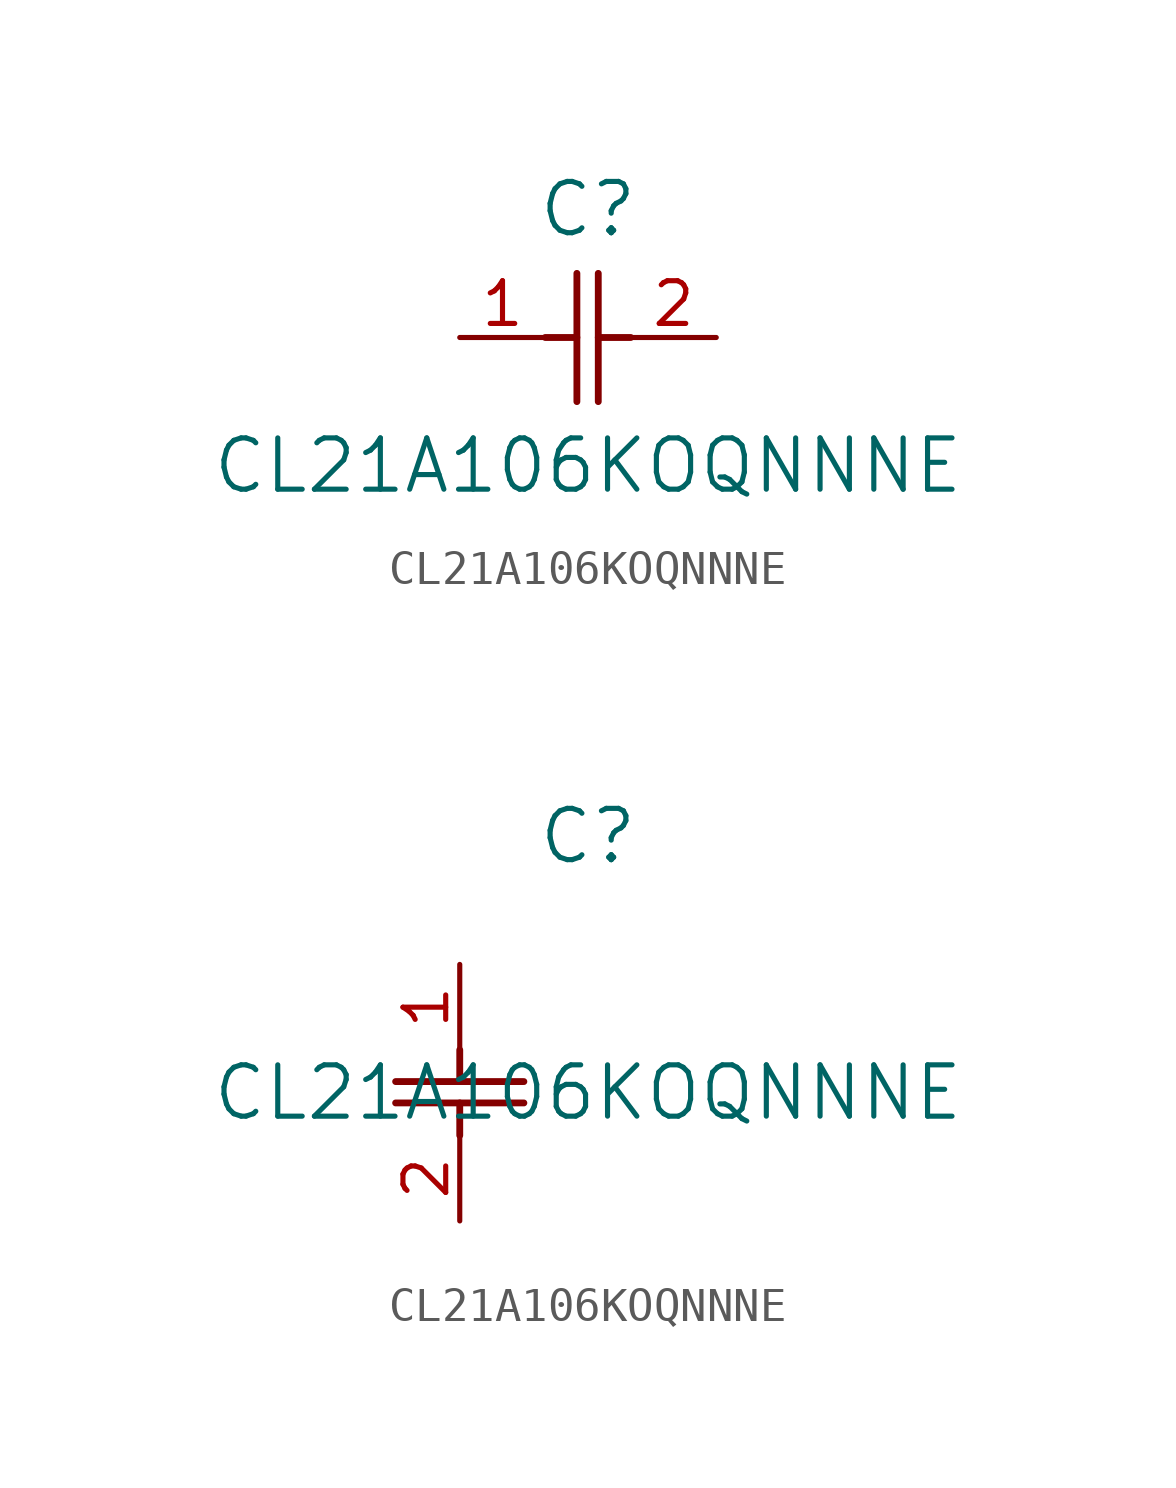
<source format=kicad_sym>
(kicad_symbol_lib
  (version 20211014)
  (generator kicad_symbol_editor)
  (symbol "CL21A106KOQNNNE"
    (pin_names
      (offset 0.254))
    (property "Reference" "C"
      (at 3.81 3.81 0)
      (effects (font (size 1.524 1.524))))
    (property "Value" "CL21A106KOQNNNE"
      (at 3.81 -3.81 0)
      (effects (font (size 1.524 1.524))))
    (symbol "CL21A106KOQNNNE_1_1"
      (polyline (pts (xy 3.48 -1.905) (xy 3.48 1.905)) (stroke (width 0.203) (type default) (color 0 0 0 0)) (fill (type none)))
      (polyline (pts (xy 4.115 -1.905) (xy 4.115 1.905)) (stroke (width 0.203) (type default) (color 0 0 0 0)) (fill (type none)))
      (polyline (pts (xy 4.115 0) (xy 5.08 0)) (stroke (width 0.203) (type default) (color 0 0 0 0)) (fill (type none)))
      (polyline (pts (xy 2.54 0) (xy 3.48 0)) (stroke (width 0.203) (type default) (color 0 0 0 0)) (fill (type none)))
      (pin unspecified line (at 0 0 0) (length 2.54) (name "" (effects (font (size 1.27 1.27)))) (number "1" (effects (font (size 1.27 1.27)))))
      (pin unspecified line (at 7.62 0 180) (length 2.54) (name "" (effects (font (size 1.27 1.27)))) (number "2" (effects (font (size 1.27 1.27))))))
    (symbol "CL21A106KOQNNNE_1_2"
      (polyline (pts (xy -1.905 -3.48) (xy 1.905 -3.48)) (stroke (width 0.203) (type default) (color 0 0 0 0)) (fill (type none)))
      (polyline (pts (xy -1.905 -4.115) (xy 1.905 -4.115)) (stroke (width 0.203) (type default) (color 0 0 0 0)) (fill (type none)))
      (polyline (pts (xy 0 -4.115) (xy 0 -5.08)) (stroke (width 0.203) (type default) (color 0 0 0 0)) (fill (type none)))
      (polyline (pts (xy 0 -2.54) (xy 0 -3.48)) (stroke (width 0.203) (type default) (color 0 0 0 0)) (fill (type none)))
      (pin unspecified line (at 0 0 270) (length 2.54) (name "" (effects (font (size 1.27 1.27)))) (number "1" (effects (font (size 1.27 1.27)))))
      (pin unspecified line (at 0 -7.62 90) (length 2.54) (name "" (effects (font (size 1.27 1.27)))) (number "2" (effects (font (size 1.27 1.27))))))))
</source>
